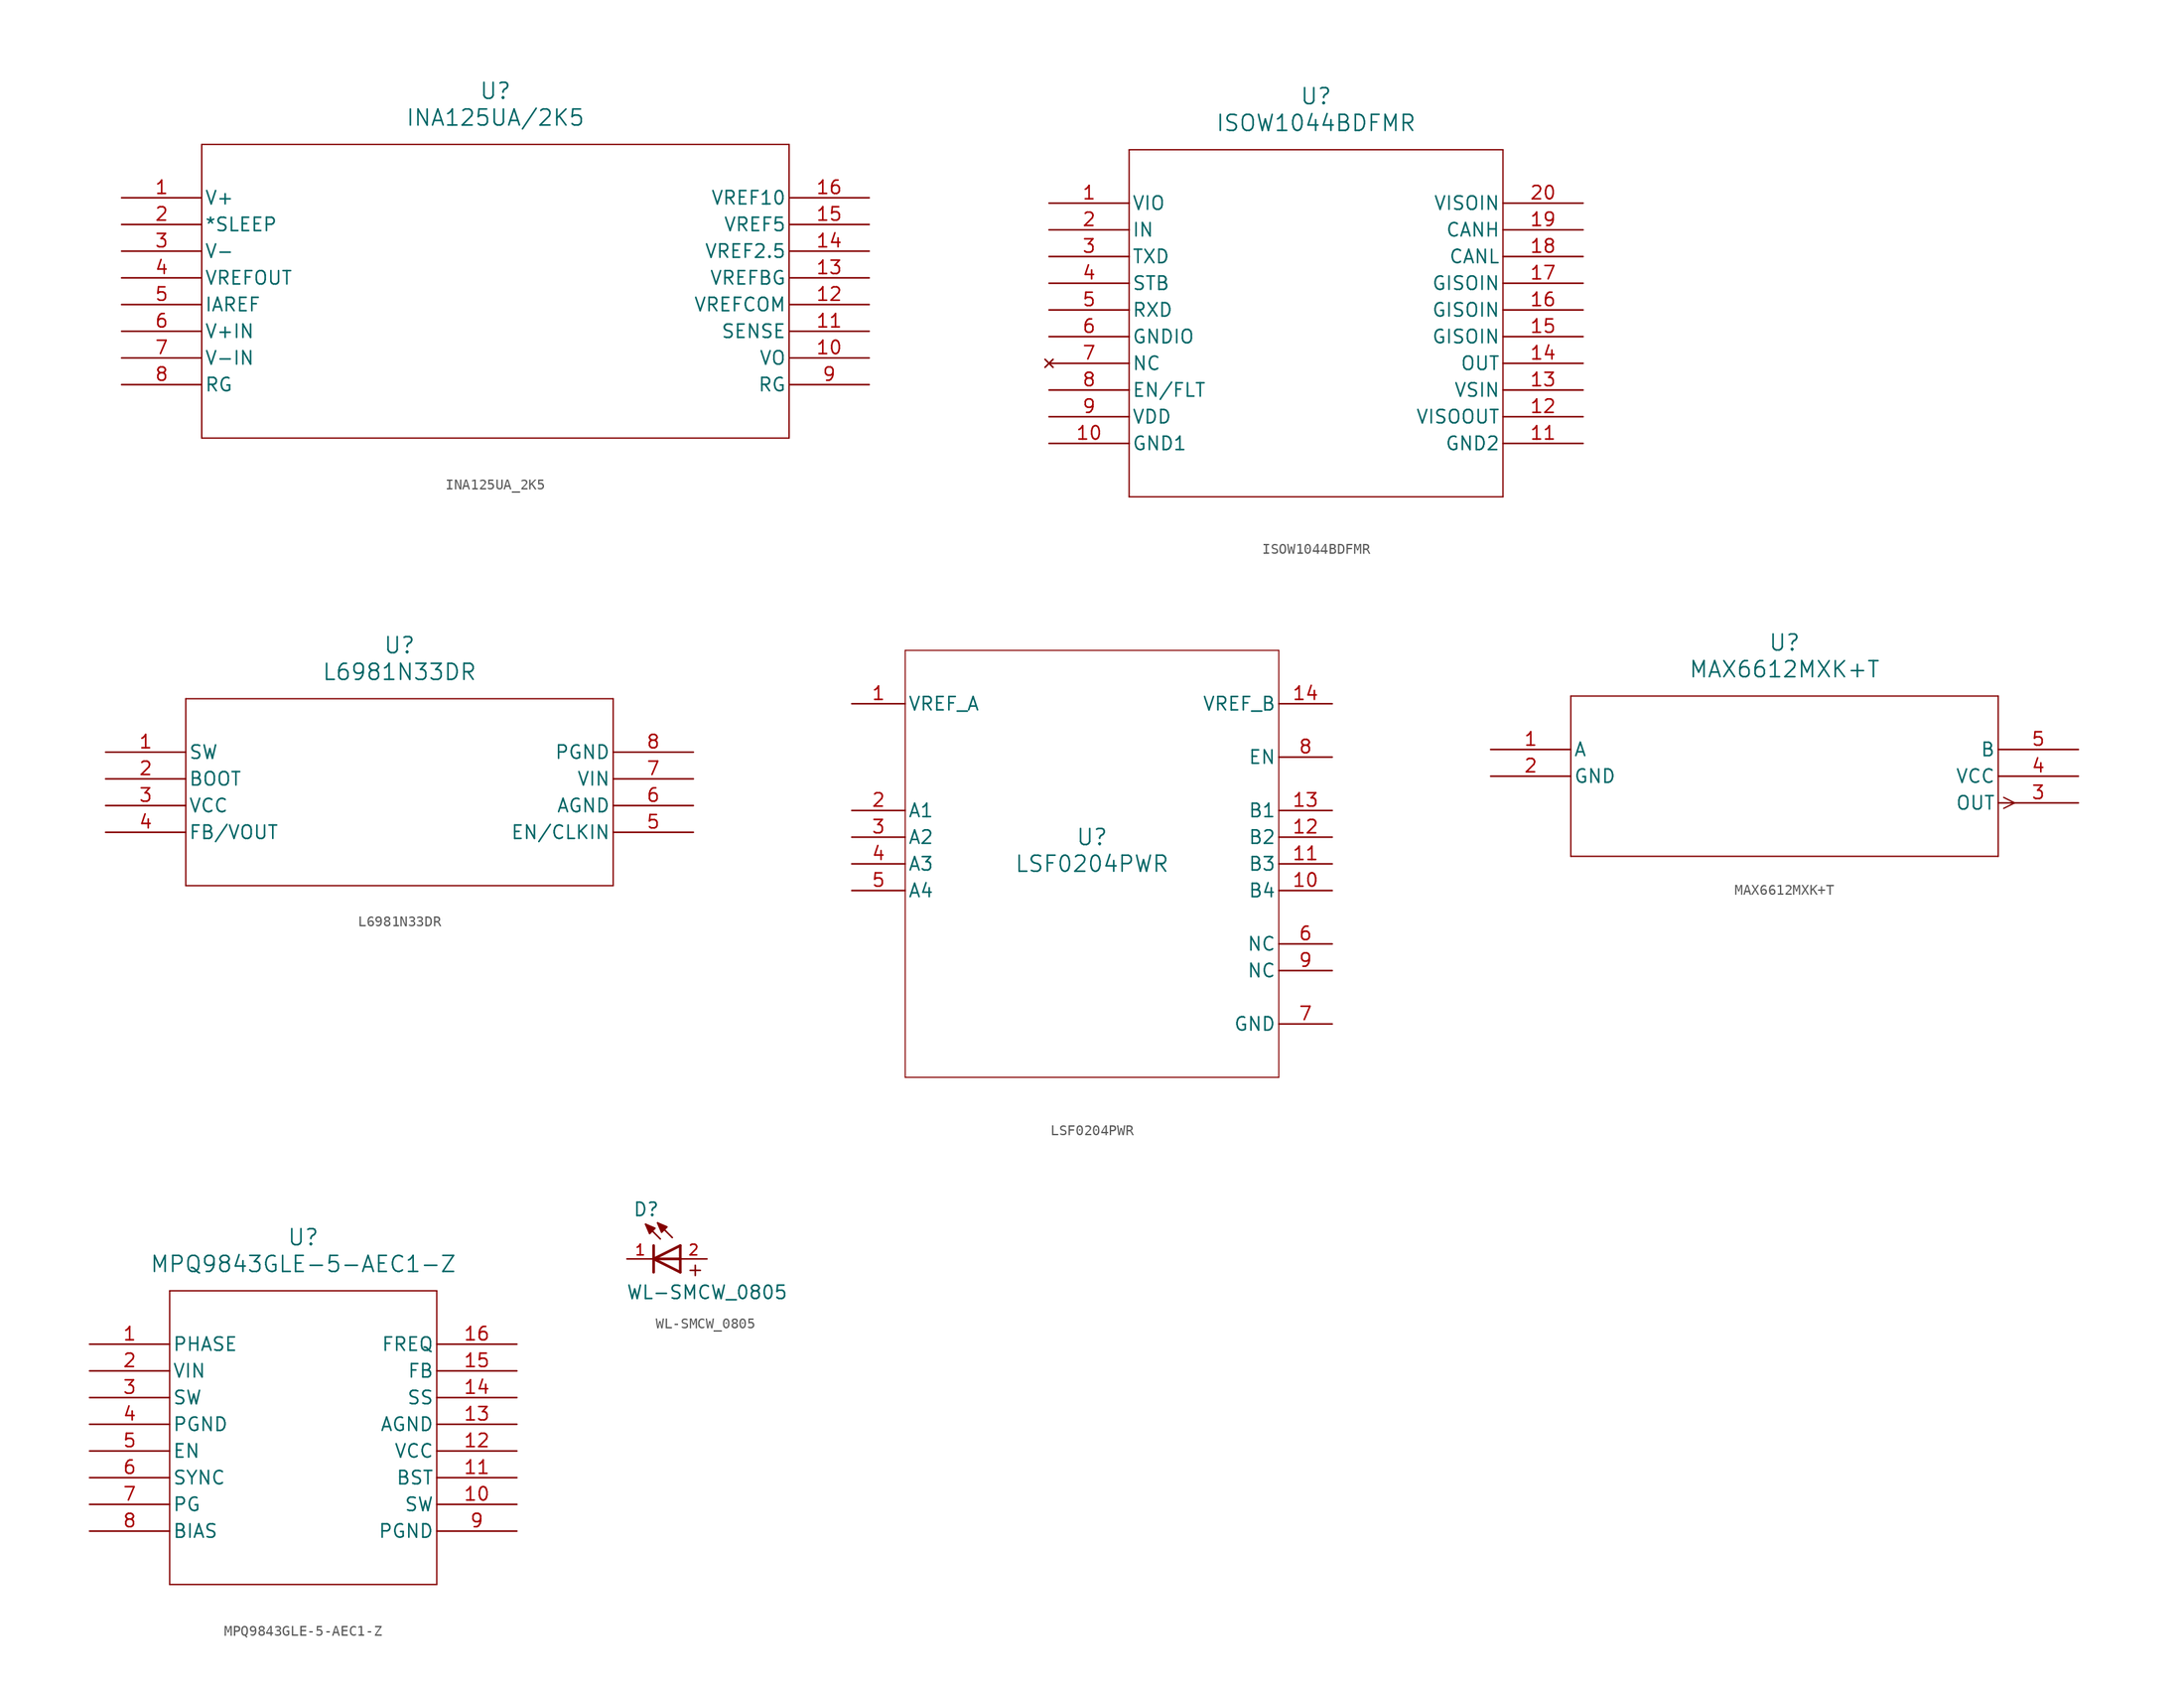
<source format=kicad_sym>
(kicad_symbol_lib
  (version 20241209)
  (generator "kicad_symbol_editor")
  (generator_version "9.0")
  (symbol "INA125UA_2K5"
    (pin_names
      (offset 0.254))
    (property "Reference" "U"
      (at 35.56 10.16 0)
      (effects (font (size 1.524 1.524))))
    (property "Value" "INA125UA/2K5"
      (at 35.56 7.62 0)
      (effects (font (size 1.524 1.524))))
    (symbol "INA125UA_2K5_0_1"
      (polyline (pts (xy 7.62 5.08) (xy 7.62 -22.86)) (stroke (width 0.127) (type default)) (fill (type none)))
      (polyline (pts (xy 7.62 -22.86) (xy 63.5 -22.86)) (stroke (width 0.127) (type default)) (fill (type none)))
      (polyline (pts (xy 63.5 5.08) (xy 7.62 5.08)) (stroke (width 0.127) (type default)) (fill (type none)))
      (polyline (pts (xy 63.5 -22.86) (xy 63.5 5.08)) (stroke (width 0.127) (type default)) (fill (type none)))
      (pin power_in line (at 0 0 0) (length 7.62) (name "V+" (effects (font (size 1.27 1.27)))) (number "1" (effects (font (size 1.27 1.27)))))
      (pin unspecified line (at 0 -2.54 0) (length 7.62) (name "*SLEEP" (effects (font (size 1.27 1.27)))) (number "2" (effects (font (size 1.27 1.27)))))
      (pin power_in line (at 0 -5.08 0) (length 7.62) (name "V-" (effects (font (size 1.27 1.27)))) (number "3" (effects (font (size 1.27 1.27)))))
      (pin output line (at 0 -7.62 0) (length 7.62) (name "VREFOUT" (effects (font (size 1.27 1.27)))) (number "4" (effects (font (size 1.27 1.27)))))
      (pin unspecified line (at 0 -10.16 0) (length 7.62) (name "IAREF" (effects (font (size 1.27 1.27)))) (number "5" (effects (font (size 1.27 1.27)))))
      (pin input line (at 0 -12.7 0) (length 7.62) (name "V+IN" (effects (font (size 1.27 1.27)))) (number "6" (effects (font (size 1.27 1.27)))))
      (pin input line (at 0 -15.24 0) (length 7.62) (name "V-IN" (effects (font (size 1.27 1.27)))) (number "7" (effects (font (size 1.27 1.27)))))
      (pin unspecified line (at 0 -17.78 0) (length 7.62) (name "RG" (effects (font (size 1.27 1.27)))) (number "8" (effects (font (size 1.27 1.27)))))
      (pin power_in line (at 71.12 0 180) (length 7.62) (name "VREF10" (effects (font (size 1.27 1.27)))) (number "16" (effects (font (size 1.27 1.27)))))
      (pin power_in line (at 71.12 -2.54 180) (length 7.62) (name "VREF5" (effects (font (size 1.27 1.27)))) (number "15" (effects (font (size 1.27 1.27)))))
      (pin power_in line (at 71.12 -5.08 180) (length 7.62) (name "VREF2.5" (effects (font (size 1.27 1.27)))) (number "14" (effects (font (size 1.27 1.27)))))
      (pin power_in line (at 71.12 -7.62 180) (length 7.62) (name "VREFBG" (effects (font (size 1.27 1.27)))) (number "13" (effects (font (size 1.27 1.27)))))
      (pin power_in line (at 71.12 -10.16 180) (length 7.62) (name "VREFCOM" (effects (font (size 1.27 1.27)))) (number "12" (effects (font (size 1.27 1.27)))))
      (pin unspecified line (at 71.12 -12.7 180) (length 7.62) (name "SENSE" (effects (font (size 1.27 1.27)))) (number "11" (effects (font (size 1.27 1.27)))))
      (pin output line (at 71.12 -15.24 180) (length 7.62) (name "VO" (effects (font (size 1.27 1.27)))) (number "10" (effects (font (size 1.27 1.27)))))
      (pin unspecified line (at 71.12 -17.78 180) (length 7.62) (name "RG" (effects (font (size 1.27 1.27)))) (number "9" (effects (font (size 1.27 1.27)))))))
  (symbol "ISOW1044BDFMR"
    (pin_names
      (offset 0.254))
    (property "Reference" "U"
      (at 25.4 10.16 0)
      (effects (font (size 1.524 1.524))))
    (property "Value" "ISOW1044BDFMR"
      (at 25.4 7.62 0)
      (effects (font (size 1.524 1.524))))
    (symbol "ISOW1044BDFMR_0_1"
      (polyline (pts (xy 7.62 5.08) (xy 7.62 -27.94)) (stroke (width 0.127) (type default)) (fill (type none)))
      (polyline (pts (xy 7.62 -27.94) (xy 43.18 -27.94)) (stroke (width 0.127) (type default)) (fill (type none)))
      (polyline (pts (xy 43.18 5.08) (xy 7.62 5.08)) (stroke (width 0.127) (type default)) (fill (type none)))
      (polyline (pts (xy 43.18 -27.94) (xy 43.18 5.08)) (stroke (width 0.127) (type default)) (fill (type none)))
      (pin power_in line (at 0 0 0) (length 7.62) (name "VIO" (effects (font (size 1.27 1.27)))) (number "1" (effects (font (size 1.27 1.27)))))
      (pin input line (at 0 -2.54 0) (length 7.62) (name "IN" (effects (font (size 1.27 1.27)))) (number "2" (effects (font (size 1.27 1.27)))))
      (pin input line (at 0 -5.08 0) (length 7.62) (name "TXD" (effects (font (size 1.27 1.27)))) (number "3" (effects (font (size 1.27 1.27)))))
      (pin input line (at 0 -7.62 0) (length 7.62) (name "STB" (effects (font (size 1.27 1.27)))) (number "4" (effects (font (size 1.27 1.27)))))
      (pin output line (at 0 -10.16 0) (length 7.62) (name "RXD" (effects (font (size 1.27 1.27)))) (number "5" (effects (font (size 1.27 1.27)))))
      (pin power_out line (at 0 -12.7 0) (length 7.62) (name "GNDIO" (effects (font (size 1.27 1.27)))) (number "6" (effects (font (size 1.27 1.27)))))
      (pin no_connect line (at 0 -15.24 0) (length 7.62) (name "NC" (effects (font (size 1.27 1.27)))) (number "7" (effects (font (size 1.27 1.27)))))
      (pin bidirectional line (at 0 -17.78 0) (length 7.62) (name "EN/FLT" (effects (font (size 1.27 1.27)))) (number "8" (effects (font (size 1.27 1.27)))))
      (pin power_in line (at 0 -20.32 0) (length 7.62) (name "VDD" (effects (font (size 1.27 1.27)))) (number "9" (effects (font (size 1.27 1.27)))))
      (pin power_out line (at 0 -22.86 0) (length 7.62) (name "GND1" (effects (font (size 1.27 1.27)))) (number "10" (effects (font (size 1.27 1.27)))))
      (pin input line (at 50.8 0 180) (length 7.62) (name "VISOIN" (effects (font (size 1.27 1.27)))) (number "20" (effects (font (size 1.27 1.27)))))
      (pin bidirectional line (at 50.8 -2.54 180) (length 7.62) (name "CANH" (effects (font (size 1.27 1.27)))) (number "19" (effects (font (size 1.27 1.27)))))
      (pin bidirectional line (at 50.8 -5.08 180) (length 7.62) (name "CANL" (effects (font (size 1.27 1.27)))) (number "18" (effects (font (size 1.27 1.27)))))
      (pin power_out line (at 50.8 -7.62 180) (length 7.62) (name "GISOIN" (effects (font (size 1.27 1.27)))) (number "17" (effects (font (size 1.27 1.27)))))
      (pin power_out line (at 50.8 -10.16 180) (length 7.62) (name "GISOIN" (effects (font (size 1.27 1.27)))) (number "16" (effects (font (size 1.27 1.27)))))
      (pin power_out line (at 50.8 -12.7 180) (length 7.62) (name "GISOIN" (effects (font (size 1.27 1.27)))) (number "15" (effects (font (size 1.27 1.27)))))
      (pin output line (at 50.8 -15.24 180) (length 7.62) (name "OUT" (effects (font (size 1.27 1.27)))) (number "14" (effects (font (size 1.27 1.27)))))
      (pin input line (at 50.8 -17.78 180) (length 7.62) (name "VSIN" (effects (font (size 1.27 1.27)))) (number "13" (effects (font (size 1.27 1.27)))))
      (pin output line (at 50.8 -20.32 180) (length 7.62) (name "VISOOUT" (effects (font (size 1.27 1.27)))) (number "12" (effects (font (size 1.27 1.27)))))
      (pin power_out line (at 50.8 -22.86 180) (length 7.62) (name "GND2" (effects (font (size 1.27 1.27)))) (number "11" (effects (font (size 1.27 1.27)))))))
  (symbol "L6981N33DR"
    (pin_names
      (offset 0.254))
    (property "Reference" "U"
      (at 27.94 10.16 0)
      (effects (font (size 1.524 1.524))))
    (property "Value" "L6981N33DR"
      (at 27.94 7.62 0)
      (effects (font (size 1.524 1.524))))
    (symbol "L6981N33DR_0_1"
      (polyline (pts (xy 7.62 5.08) (xy 7.62 -12.7)) (stroke (width 0.127) (type default)) (fill (type none)))
      (polyline (pts (xy 7.62 -12.7) (xy 48.26 -12.7)) (stroke (width 0.127) (type default)) (fill (type none)))
      (polyline (pts (xy 48.26 5.08) (xy 7.62 5.08)) (stroke (width 0.127) (type default)) (fill (type none)))
      (polyline (pts (xy 48.26 -12.7) (xy 48.26 5.08)) (stroke (width 0.127) (type default)) (fill (type none)))
      (pin bidirectional line (at 0 0 0) (length 7.62) (name "SW" (effects (font (size 1.27 1.27)))) (number "1" (effects (font (size 1.27 1.27)))))
      (pin unspecified line (at 0 -2.54 0) (length 7.62) (name "BOOT" (effects (font (size 1.27 1.27)))) (number "2" (effects (font (size 1.27 1.27)))))
      (pin power_in line (at 0 -5.08 0) (length 7.62) (name "VCC" (effects (font (size 1.27 1.27)))) (number "3" (effects (font (size 1.27 1.27)))))
      (pin output line (at 0 -7.62 0) (length 7.62) (name "FB/VOUT" (effects (font (size 1.27 1.27)))) (number "4" (effects (font (size 1.27 1.27)))))
      (pin power_out line (at 55.88 0 180) (length 7.62) (name "PGND" (effects (font (size 1.27 1.27)))) (number "8" (effects (font (size 1.27 1.27)))))
      (pin power_in line (at 55.88 -2.54 180) (length 7.62) (name "VIN" (effects (font (size 1.27 1.27)))) (number "7" (effects (font (size 1.27 1.27)))))
      (pin power_out line (at 55.88 -5.08 180) (length 7.62) (name "AGND" (effects (font (size 1.27 1.27)))) (number "6" (effects (font (size 1.27 1.27)))))
      (pin input line (at 55.88 -7.62 180) (length 7.62) (name "EN/CLKIN" (effects (font (size 1.27 1.27)))) (number "5" (effects (font (size 1.27 1.27)))))))
  (symbol "LSF0204PWR"
    (pin_names
      (offset 0.254))
    (property "Reference" "U"
      (at 0 2.54 0)
      (effects (font (size 1.524 1.524))))
    (property "Value" "LSF0204PWR"
      (at 0 0 0)
      (effects (font (size 1.524 1.524))))
    (symbol "LSF0204PWR_0_1"
      (polyline (pts (xy -17.78 20.32) (xy -17.78 -20.32)) (stroke (width 0.102) (type default)) (fill (type none)))
      (polyline (pts (xy -17.78 -20.32) (xy 17.78 -20.32)) (stroke (width 0.102) (type default)) (fill (type none)))
      (polyline (pts (xy 17.78 20.32) (xy -17.78 20.32)) (stroke (width 0.102) (type default)) (fill (type none)))
      (polyline (pts (xy 17.78 -20.32) (xy 17.78 20.32)) (stroke (width 0.102) (type default)) (fill (type none)))
      (pin power_in line (at -22.86 15.24 0) (length 5.08) (name "VREF_A" (effects (font (size 1.27 1.27)))) (number "1" (effects (font (size 1.27 1.27)))))
      (pin bidirectional line (at -22.86 5.08 0) (length 5.08) (name "A1" (effects (font (size 1.27 1.27)))) (number "2" (effects (font (size 1.27 1.27)))))
      (pin bidirectional line (at -22.86 2.54 0) (length 5.08) (name "A2" (effects (font (size 1.27 1.27)))) (number "3" (effects (font (size 1.27 1.27)))))
      (pin bidirectional line (at -22.86 0 0) (length 5.08) (name "A3" (effects (font (size 1.27 1.27)))) (number "4" (effects (font (size 1.27 1.27)))))
      (pin bidirectional line (at -22.86 -2.54 0) (length 5.08) (name "A4" (effects (font (size 1.27 1.27)))) (number "5" (effects (font (size 1.27 1.27)))))
      (pin power_in line (at 22.86 15.24 180) (length 5.08) (name "VREF_B" (effects (font (size 1.27 1.27)))) (number "14" (effects (font (size 1.27 1.27)))))
      (pin input line (at 22.86 10.16 180) (length 5.08) (name "EN" (effects (font (size 1.27 1.27)))) (number "8" (effects (font (size 1.27 1.27)))))
      (pin bidirectional line (at 22.86 5.08 180) (length 5.08) (name "B1" (effects (font (size 1.27 1.27)))) (number "13" (effects (font (size 1.27 1.27)))))
      (pin bidirectional line (at 22.86 2.54 180) (length 5.08) (name "B2" (effects (font (size 1.27 1.27)))) (number "12" (effects (font (size 1.27 1.27)))))
      (pin bidirectional line (at 22.86 0 180) (length 5.08) (name "B3" (effects (font (size 1.27 1.27)))) (number "11" (effects (font (size 1.27 1.27)))))
      (pin bidirectional line (at 22.86 -2.54 180) (length 5.08) (name "B4" (effects (font (size 1.27 1.27)))) (number "10" (effects (font (size 1.27 1.27)))))
      (pin unspecified line (at 22.86 -7.62 180) (length 5.08) (name "NC" (effects (font (size 1.27 1.27)))) (number "6" (effects (font (size 1.27 1.27)))))
      (pin unspecified line (at 22.86 -10.16 180) (length 5.08) (name "NC" (effects (font (size 1.27 1.27)))) (number "9" (effects (font (size 1.27 1.27)))))
      (pin power_in line (at 22.86 -15.24 180) (length 5.08) (name "GND" (effects (font (size 1.27 1.27)))) (number "7" (effects (font (size 1.27 1.27)))))))
  (symbol "MAX6612MXK+T"
    (pin_names
      (offset 0.254))
    (property "Reference" "U"
      (at 27.94 10.16 0)
      (effects (font (size 1.524 1.524))))
    (property "Value" "MAX6612MXK+T"
      (at 27.94 7.62 0)
      (effects (font (size 1.524 1.524))))
    (symbol "MAX6612MXK+T_0_1"
      (polyline (pts (xy 7.62 5.08) (xy 7.62 -10.16)) (stroke (width 0.127) (type default)) (fill (type none)))
      (polyline (pts (xy 7.62 -10.16) (xy 48.26 -10.16)) (stroke (width 0.127) (type default)) (fill (type none)))
      (polyline (pts (xy 48.26 5.08) (xy 7.62 5.08)) (stroke (width 0.127) (type default)) (fill (type none)))
      (polyline (pts (xy 48.26 -10.16) (xy 48.26 5.08)) (stroke (width 0.127) (type default)) (fill (type none)))
      (polyline (pts (xy 48.781 -4.559) (xy 49.822 -5.08)) (stroke (width 0.127) (type default)) (fill (type none)))
      (polyline (pts (xy 48.781 -5.601) (xy 49.822 -5.08)) (stroke (width 0.127) (type default)) (fill (type none)))
      (pin unspecified line (at 0 0 0) (length 7.62) (name "A" (effects (font (size 1.27 1.27)))) (number "1" (effects (font (size 1.27 1.27)))))
      (pin power_in line (at 0 -2.54 0) (length 7.62) (name "GND" (effects (font (size 1.27 1.27)))) (number "2" (effects (font (size 1.27 1.27)))))
      (pin unspecified line (at 55.88 0 180) (length 7.62) (name "B" (effects (font (size 1.27 1.27)))) (number "5" (effects (font (size 1.27 1.27)))))
      (pin power_in line (at 55.88 -2.54 180) (length 7.62) (name "VCC" (effects (font (size 1.27 1.27)))) (number "4" (effects (font (size 1.27 1.27)))))
      (pin output line (at 55.88 -5.08 180) (length 7.62) (name "OUT" (effects (font (size 1.27 1.27)))) (number "3" (effects (font (size 1.27 1.27)))))))
  (symbol "MPQ9843GLE-5-AEC1-Z"
    (pin_names
      (offset 0.254))
    (property "Reference" "U"
      (at 20.32 10.16 0)
      (effects (font (size 1.524 1.524))))
    (property "Value" "MPQ9843GLE-5-AEC1-Z"
      (at 20.32 7.62 0)
      (effects (font (size 1.524 1.524))))
    (symbol "MPQ9843GLE-5-AEC1-Z_0_1"
      (polyline (pts (xy 7.62 5.08) (xy 7.62 -22.86)) (stroke (width 0.127) (type default)) (fill (type none)))
      (polyline (pts (xy 7.62 -22.86) (xy 33.02 -22.86)) (stroke (width 0.127) (type default)) (fill (type none)))
      (polyline (pts (xy 33.02 5.08) (xy 7.62 5.08)) (stroke (width 0.127) (type default)) (fill (type none)))
      (polyline (pts (xy 33.02 -22.86) (xy 33.02 5.08)) (stroke (width 0.127) (type default)) (fill (type none)))
      (pin unspecified line (at 0 0 0) (length 7.62) (name "PHASE" (effects (font (size 1.27 1.27)))) (number "1" (effects (font (size 1.27 1.27)))))
      (pin power_in line (at 0 -2.54 0) (length 7.62) (name "VIN" (effects (font (size 1.27 1.27)))) (number "2" (effects (font (size 1.27 1.27)))))
      (pin output line (at 0 -5.08 0) (length 7.62) (name "SW" (effects (font (size 1.27 1.27)))) (number "3" (effects (font (size 1.27 1.27)))))
      (pin power_in line (at 0 -7.62 0) (length 7.62) (name "PGND" (effects (font (size 1.27 1.27)))) (number "4" (effects (font (size 1.27 1.27)))))
      (pin unspecified line (at 0 -10.16 0) (length 7.62) (name "EN" (effects (font (size 1.27 1.27)))) (number "5" (effects (font (size 1.27 1.27)))))
      (pin unspecified line (at 0 -12.7 0) (length 7.62) (name "SYNC" (effects (font (size 1.27 1.27)))) (number "6" (effects (font (size 1.27 1.27)))))
      (pin output line (at 0 -15.24 0) (length 7.62) (name "PG" (effects (font (size 1.27 1.27)))) (number "7" (effects (font (size 1.27 1.27)))))
      (pin input line (at 0 -17.78 0) (length 7.62) (name "BIAS" (effects (font (size 1.27 1.27)))) (number "8" (effects (font (size 1.27 1.27)))))
      (pin unspecified line (at 40.64 0 180) (length 7.62) (name "FREQ" (effects (font (size 1.27 1.27)))) (number "16" (effects (font (size 1.27 1.27)))))
      (pin input line (at 40.64 -2.54 180) (length 7.62) (name "FB" (effects (font (size 1.27 1.27)))) (number "15" (effects (font (size 1.27 1.27)))))
      (pin input line (at 40.64 -5.08 180) (length 7.62) (name "SS" (effects (font (size 1.27 1.27)))) (number "14" (effects (font (size 1.27 1.27)))))
      (pin power_out line (at 40.64 -7.62 180) (length 7.62) (name "AGND" (effects (font (size 1.27 1.27)))) (number "13" (effects (font (size 1.27 1.27)))))
      (pin power_in line (at 40.64 -10.16 180) (length 7.62) (name "VCC" (effects (font (size 1.27 1.27)))) (number "12" (effects (font (size 1.27 1.27)))))
      (pin power_in line (at 40.64 -12.7 180) (length 7.62) (name "BST" (effects (font (size 1.27 1.27)))) (number "11" (effects (font (size 1.27 1.27)))))
      (pin output line (at 40.64 -15.24 180) (length 7.62) (name "SW" (effects (font (size 1.27 1.27)))) (number "10" (effects (font (size 1.27 1.27)))))
      (pin power_in line (at 40.64 -17.78 180) (length 7.62) (name "PGND" (effects (font (size 1.27 1.27)))) (number "9" (effects (font (size 1.27 1.27)))))))
  (symbol "WL-SMCW_0805"
    (pin_names
      (offset 1.016))
    (property "Reference" "D"
      (at -1.988 3.972 0)
      (effects (font (size 1.27 1.27)) (justify left bottom)))
    (property "Value" "WL-SMCW_0805"
      (at -2.628 -3.928 0)
      (effects (font (size 1.27 1.27)) (justify left bottom)))
    (symbol "WL-SMCW_0805_0_0"
      (polyline (pts (xy -0.762 3.302) (xy 0.127 2.921) (xy -0.381 2.413) (xy -0.762 3.302)) (stroke (width 0.152) (type default)) (fill (type outline)))
      (polyline (pts (xy 0 0) (xy 2.54 1.27)) (stroke (width 0.254) (type default)) (fill (type none)))
      (polyline (pts (xy 0 0) (xy 2.54 0)) (stroke (width 0.254) (type default)) (fill (type none)))
      (polyline (pts (xy 0 -1.27) (xy 0 1.27)) (stroke (width 0.254) (type default)) (fill (type none)))
      (polyline (pts (xy 0.381 3.429) (xy 1.27 3.048) (xy 0.762 2.54) (xy 0.381 3.429)) (stroke (width 0.152) (type default)) (fill (type outline)))
      (polyline (pts (xy 0.635 1.905) (xy -0.762 3.302)) (stroke (width 0.152) (type default)) (fill (type none)))
      (polyline (pts (xy 1.778 2.032) (xy 0.381 3.429)) (stroke (width 0.152) (type default)) (fill (type none)))
      (polyline (pts (xy 2.54 -1.27) (xy 0 0)) (stroke (width 0.254) (type default)) (fill (type none)))
      (polyline (pts (xy 2.54 -1.27) (xy 2.54 1.27)) (stroke (width 0.254) (type default)) (fill (type none)))
      (text "+" (at 3.08 -1.74 0) (effects (font (size 1.27 1.27)) (justify left bottom)))
      (pin passive line (at -2.54 0 0) (length 2.54) (name "~" (effects (font (size 1.016 1.016)))) (number "1" (effects (font (size 1.016 1.016)))))
      (pin passive line (at 5.08 0 180) (length 2.54) (name "~" (effects (font (size 1.016 1.016)))) (number "2" (effects (font (size 1.016 1.016))))))))
</source>
